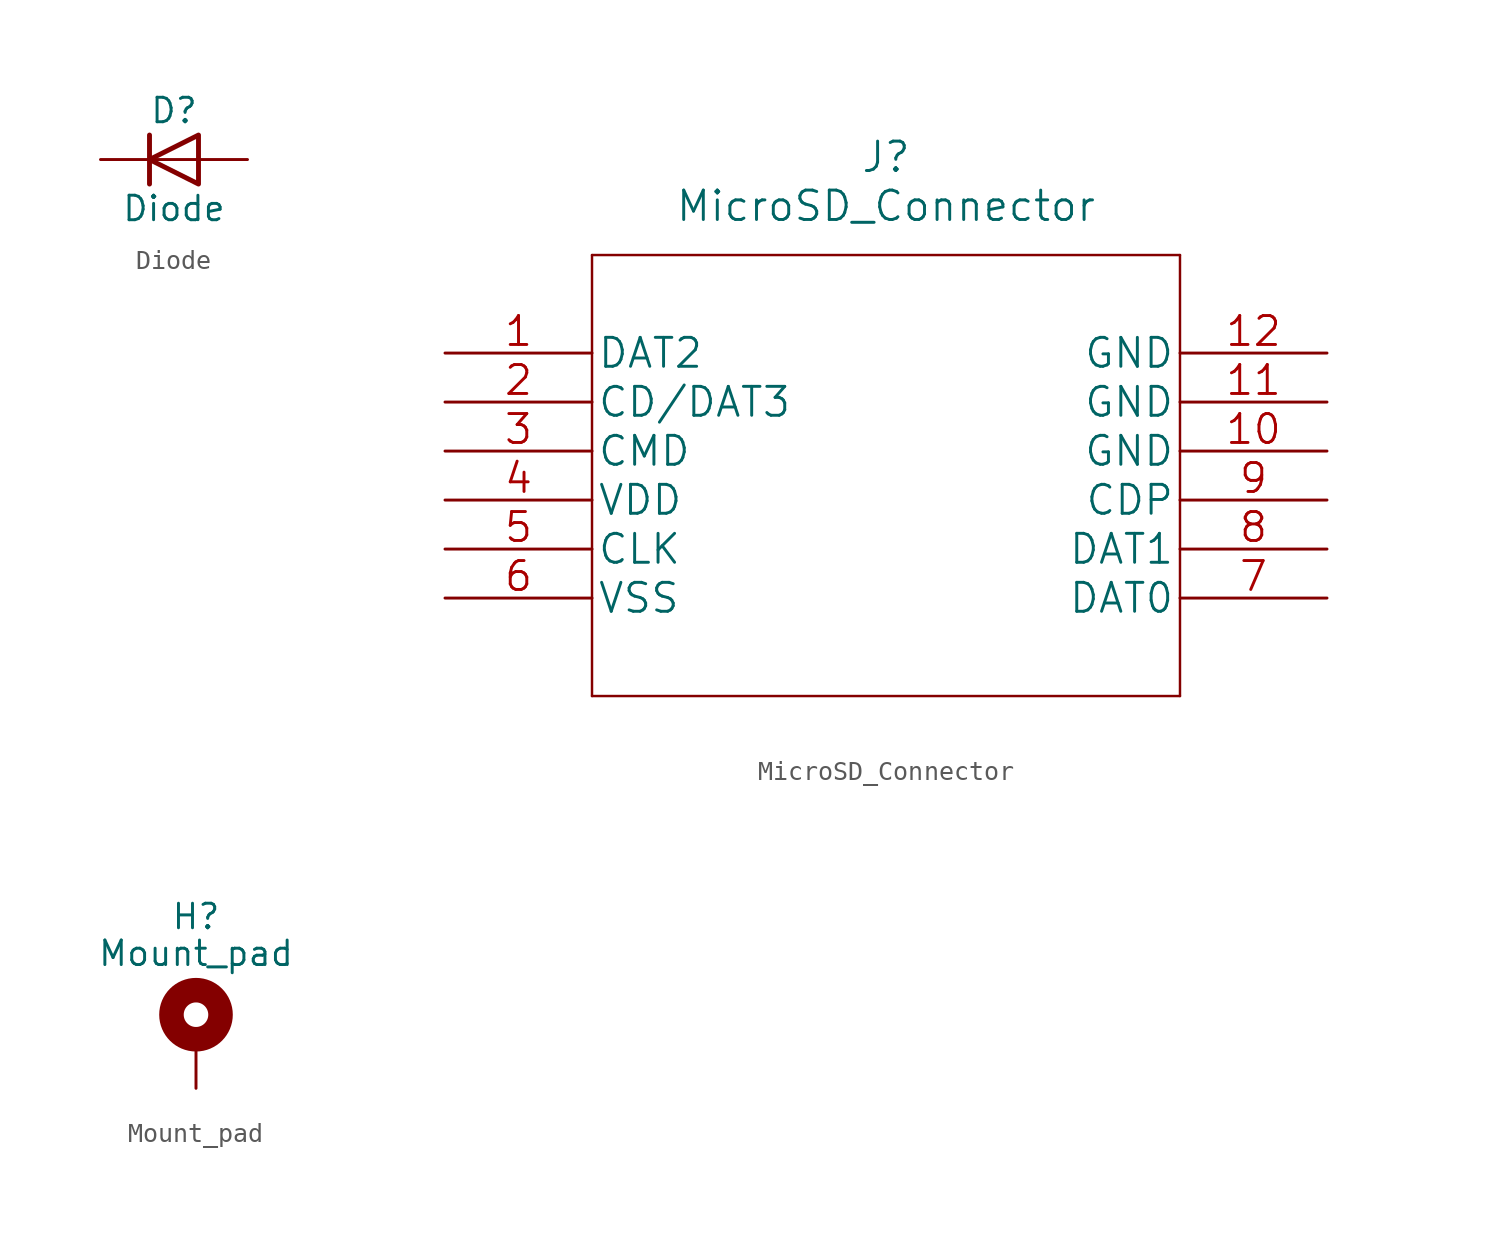
<source format=kicad_sym>
(kicad_symbol_lib
  (version 20211014)
  (generator kicad_symbol_editor)
  (symbol "Diode"
    (pin_numbers hide)
    (pin_names
      (offset 1.016) hide)
    (property "Reference" "D"
      (at 0 2.54 0)
      (effects (font (size 1.27 1.27))))
    (property "Value" "Diode"
      (at 0 -2.54 0)
      (effects (font (size 1.27 1.27))))
    (symbol "Diode_0_1"
      (polyline (pts (xy -1.27 1.27) (xy -1.27 -1.27)) (stroke (width 0.254) (type default) (color 0 0 0 0)) (fill (type none)))
      (polyline (pts (xy 1.27 0) (xy -1.27 0)) (stroke (width 0) (type default) (color 0 0 0 0)) (fill (type none)))
      (polyline (pts (xy 1.27 1.27) (xy 1.27 -1.27) (xy -1.27 0) (xy 1.27 1.27)) (stroke (width 0.254) (type default) (color 0 0 0 0)) (fill (type none))))
    (symbol "Diode_1_1"
      (pin passive line (at -3.81 0 0) (length 2.54) (name "K" (effects (font (size 1.27 1.27)))) (number "1" (effects (font (size 1.27 1.27)))))
      (pin passive line (at 3.81 0 180) (length 2.54) (name "A" (effects (font (size 1.27 1.27)))) (number "2" (effects (font (size 1.27 1.27)))))))
  (symbol "MicroSD_Connector"
    (pin_names
      (offset 0.254))
    (property "Reference" "J"
      (at 22.86 10.16 0)
      (effects (font (size 1.524 1.524))))
    (property "Value" "MicroSD_Connector"
      (at 22.86 7.62 0)
      (effects (font (size 1.524 1.524))))
    (property "Datasheet" ""
      (at 0 0 0)
      (effects (font (size 1.524 1.524))))
    (property "ki_locked" ""
      (at 0 0 0)
      (effects (font (size 1.27 1.27))))
    (symbol "MicroSD_Connector_1_1"
      (polyline (pts (xy 7.62 -17.78) (xy 38.1 -17.78)) (stroke (width 0.127) (type default) (color 0 0 0 0)) (fill (type none)))
      (polyline (pts (xy 7.62 5.08) (xy 7.62 -17.78)) (stroke (width 0.127) (type default) (color 0 0 0 0)) (fill (type none)))
      (polyline (pts (xy 38.1 -17.78) (xy 38.1 5.08)) (stroke (width 0.127) (type default) (color 0 0 0 0)) (fill (type none)))
      (polyline (pts (xy 38.1 5.08) (xy 7.62 5.08)) (stroke (width 0.127) (type default) (color 0 0 0 0)) (fill (type none)))
      (pin bidirectional line (at 0 0 0) (length 7.62) (name "DAT2" (effects (font (size 1.499 1.499)))) (number "1" (effects (font (size 1.499 1.499)))))
      (pin power_in line (at 45.72 -5.08 180) (length 7.62) (name "GND" (effects (font (size 1.499 1.499)))) (number "10" (effects (font (size 1.499 1.499)))))
      (pin power_in line (at 45.72 -2.54 180) (length 7.62) (name "GND" (effects (font (size 1.499 1.499)))) (number "11" (effects (font (size 1.499 1.499)))))
      (pin power_in line (at 45.72 0 180) (length 7.62) (name "GND" (effects (font (size 1.499 1.499)))) (number "12" (effects (font (size 1.499 1.499)))))
      (pin unspecified line (at 0 -2.54 0) (length 7.62) (name "CD/DAT3" (effects (font (size 1.499 1.499)))) (number "2" (effects (font (size 1.499 1.499)))))
      (pin unspecified line (at 0 -5.08 0) (length 7.62) (name "CMD" (effects (font (size 1.499 1.499)))) (number "3" (effects (font (size 1.499 1.499)))))
      (pin power_in line (at 0 -7.62 0) (length 7.62) (name "VDD" (effects (font (size 1.499 1.499)))) (number "4" (effects (font (size 1.499 1.499)))))
      (pin unspecified line (at 0 -10.16 0) (length 7.62) (name "CLK" (effects (font (size 1.499 1.499)))) (number "5" (effects (font (size 1.499 1.499)))))
      (pin power_in line (at 0 -12.7 0) (length 7.62) (name "VSS" (effects (font (size 1.499 1.499)))) (number "6" (effects (font (size 1.499 1.499)))))
      (pin bidirectional line (at 45.72 -12.7 180) (length 7.62) (name "DAT0" (effects (font (size 1.499 1.499)))) (number "7" (effects (font (size 1.499 1.499)))))
      (pin bidirectional line (at 45.72 -10.16 180) (length 7.62) (name "DAT1" (effects (font (size 1.499 1.499)))) (number "8" (effects (font (size 1.499 1.499)))))
      (pin unspecified line (at 45.72 -7.62 180) (length 7.62) (name "CDP" (effects (font (size 1.499 1.499)))) (number "9" (effects (font (size 1.499 1.499)))))))
  (symbol "Mount_pad"
    (pin_numbers hide)
    (pin_names
      (offset 1.016) hide)
    (property "Reference" "H"
      (at 0 6.35 0)
      (effects (font (size 1.27 1.27))))
    (property "Value" "Mount_pad"
      (at 0 4.445 0)
      (effects (font (size 1.27 1.27))))
    (symbol "Mount_pad_0_1"
      (circle (center 0 1.27) (radius 1.27) (stroke (width 1.27) (type default) (color 0 0 0 0)) (fill (type none))))
    (symbol "Mount_pad_1_1"
      (pin input line (at 0 -2.54 90) (length 2.54) (name "1" (effects (font (size 1.27 1.27)))) (number "1" (effects (font (size 1.27 1.27))))))))
</source>
